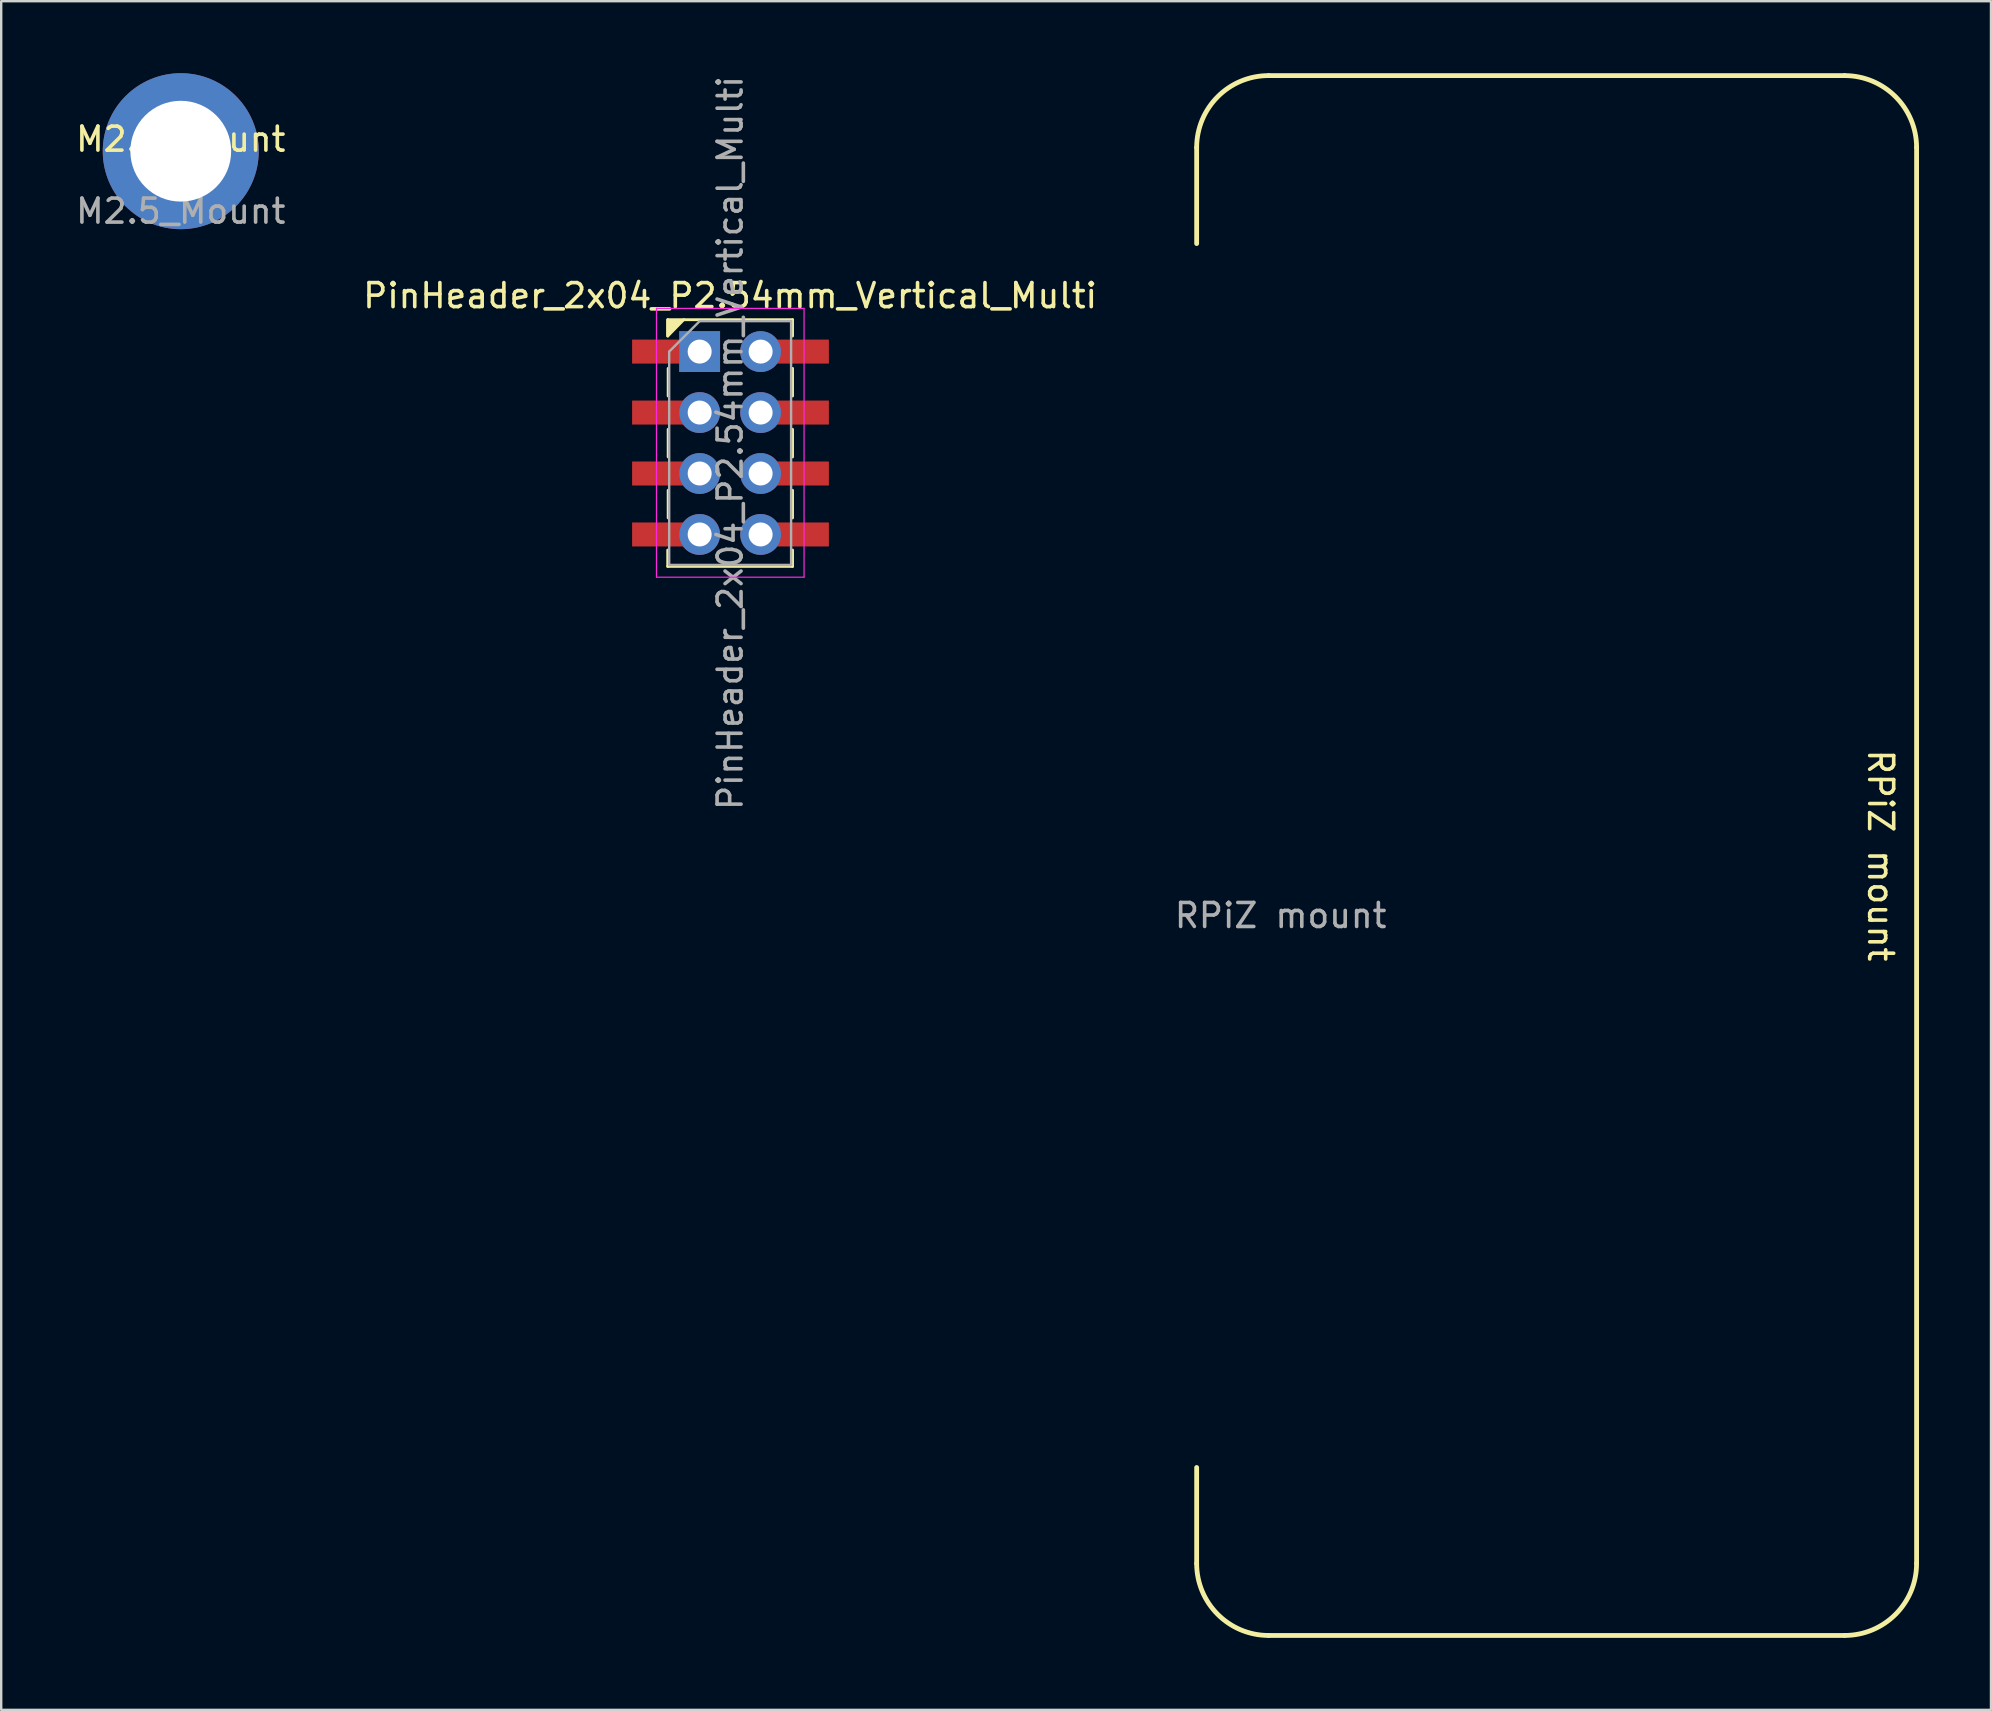
<source format=kicad_pcb>
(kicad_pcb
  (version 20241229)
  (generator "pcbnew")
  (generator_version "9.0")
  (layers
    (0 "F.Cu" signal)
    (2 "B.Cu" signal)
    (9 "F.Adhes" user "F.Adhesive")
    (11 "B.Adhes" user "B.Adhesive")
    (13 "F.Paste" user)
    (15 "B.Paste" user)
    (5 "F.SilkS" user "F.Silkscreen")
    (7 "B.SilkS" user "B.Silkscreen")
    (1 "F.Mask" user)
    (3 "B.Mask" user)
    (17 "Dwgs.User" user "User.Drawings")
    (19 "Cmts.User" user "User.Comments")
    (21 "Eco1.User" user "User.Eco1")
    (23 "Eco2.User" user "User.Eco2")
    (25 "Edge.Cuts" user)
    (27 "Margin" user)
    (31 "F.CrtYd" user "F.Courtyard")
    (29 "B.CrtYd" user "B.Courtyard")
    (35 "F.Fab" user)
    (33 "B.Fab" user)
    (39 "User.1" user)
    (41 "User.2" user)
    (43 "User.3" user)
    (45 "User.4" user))
  (footprint "M2.5_Mount"
    (layer "F.Cu")
    (at 4.482 3.25)
    (property "Reference" "M2.5_Mount" (at 0 -0.5 0) (unlocked yes) (layer "F.SilkS") (effects (font (size 1 1) (thickness 0.15))))
    (attr through_hole)
    (fp_text user "${REFERENCE}" (at 0 2.5 0) (unlocked yes) (layer "F.Fab") (effects (font (size 1 1) (thickness 0.15))))
    (pad "1" thru_hole circle (at 0 0) (size 6.5 6.5) (drill 4.2) (layers "*.Cu" "*.Mask") (remove_unused_layers yes) (keep_end_layers yes) (zone_layer_connections)))
  (footprint "PinHeader_2x04_P2.54mm_Vertical_Multi"
    (layer "F.Cu")
    (at 26.105 11.601)
    (property "Reference" "PinHeader_2x04_P2.54mm_Vertical_Multi" (at 1.27 -2.33 0) (layer "F.SilkS") (effects (font (size 1 1) (thickness 0.15))))
    (attr through_hole)
    (fp_line (start -1.33 -0.65) (end -1.33 -1.33) (stroke (width 0.12) (type solid)) (layer "F.SilkS"))
    (fp_line (start -1.33 8.27) (end -1.33 8.95) (stroke (width 0.12) (type solid)) (layer "F.SilkS"))
    (fp_line (start -1.33 8.95) (end 3.87 8.95) (stroke (width 0.12) (type solid)) (layer "F.SilkS"))
    (fp_line (start -1.312 0.7) (end -1.312 1.85) (stroke (width 0.12) (type solid)) (layer "F.SilkS"))
    (fp_line (start -1.312 3.24) (end -1.312 4.39) (stroke (width 0.12) (type solid)) (layer "F.SilkS"))
    (fp_line (start -1.312 5.78) (end -1.312 6.93) (stroke (width 0.12) (type solid)) (layer "F.SilkS"))
    (fp_line (start -0.665 -1.33) (end 3.87 -1.33) (stroke (width 0.12) (type solid)) (layer "F.SilkS"))
    (fp_line (start 3.87 -1.33) (end 3.87 -0.65) (stroke (width 0.12) (type solid)) (layer "F.SilkS"))
    (fp_line (start 3.87 0.7) (end 3.87 1.85) (stroke (width 0.12) (type solid)) (layer "F.SilkS"))
    (fp_line (start 3.87 3.24) (end 3.87 4.39) (stroke (width 0.12) (type solid)) (layer "F.SilkS"))
    (fp_line (start 3.87 5.78) (end 3.87 6.93) (stroke (width 0.12) (type solid)) (layer "F.SilkS"))
    (fp_line (start 3.87 8.27) (end 3.87 8.95) (stroke (width 0.12) (type solid)) (layer "F.SilkS"))
    (fp_poly (pts (xy -1.33 -0.65) (xy -0.665 -1.33) (xy -1.33 -1.33)) (stroke (width 0.12) (type solid)) (fill yes) (layer "F.SilkS"))
    (fp_line (start -1.8 -1.8) (end -1.8 9.4) (stroke (width 0.05) (type solid)) (layer "F.CrtYd"))
    (fp_line (start -1.8 9.4) (end 4.35 9.4) (stroke (width 0.05) (type solid)) (layer "F.CrtYd"))
    (fp_line (start 4.35 -1.8) (end -1.8 -1.8) (stroke (width 0.05) (type solid)) (layer "F.CrtYd"))
    (fp_line (start 4.35 9.4) (end 4.35 -1.8) (stroke (width 0.05) (type solid)) (layer "F.CrtYd"))
    (fp_line (start -1.27 0) (end 0 -1.27) (stroke (width 0.1) (type solid)) (layer "F.Fab"))
    (fp_line (start -1.27 8.89) (end -1.27 0) (stroke (width 0.1) (type solid)) (layer "F.Fab"))
    (fp_line (start 0 -1.27) (end 3.81 -1.27) (stroke (width 0.1) (type solid)) (layer "F.Fab"))
    (fp_line (start 3.81 -1.27) (end 3.81 8.89) (stroke (width 0.1) (type solid)) (layer "F.Fab"))
    (fp_line (start 3.81 8.89) (end -1.27 8.89) (stroke (width 0.1) (type solid)) (layer "F.Fab"))
    (fp_text user "${REFERENCE}" (at 1.27 3.81 90) (layer "F.Fab") (effects (font (size 1 1) (thickness 0.15))))
    (pad "1" smd rect (at -1.24 0) (size 3.15 1) (layers "F.Cu" "F.Mask" "F.Paste"))
    (pad "1" thru_hole rect (at 0 0) (size 1.7 1.7) (drill 1) (layers "*.Cu" "*.Mask"))
    (pad "2" thru_hole oval (at 2.54 0) (size 1.7 1.7) (drill 1) (layers "*.Cu" "*.Mask"))
    (pad "2" smd rect (at 3.81 0) (size 3.15 1) (layers "F.Cu" "F.Mask" "F.Paste"))
    (pad "3" smd rect (at -1.24 2.54) (size 3.15 1) (layers "F.Cu" "F.Mask" "F.Paste"))
    (pad "3" thru_hole oval (at 0 2.54) (size 1.7 1.7) (drill 1) (layers "*.Cu" "*.Mask"))
    (pad "4" thru_hole oval (at 2.54 2.54) (size 1.7 1.7) (drill 1) (layers "*.Cu" "*.Mask"))
    (pad "4" smd rect (at 3.81 2.54) (size 3.15 1) (layers "F.Cu" "F.Mask" "F.Paste"))
    (pad "5" smd rect (at -1.24 5.08) (size 3.15 1) (layers "F.Cu" "F.Mask" "F.Paste"))
    (pad "5" thru_hole oval (at 0 5.08) (size 1.7 1.7) (drill 1) (layers "*.Cu" "*.Mask"))
    (pad "6" thru_hole oval (at 2.54 5.08) (size 1.7 1.7) (drill 1) (layers "*.Cu" "*.Mask"))
    (pad "6" smd rect (at 3.81 5.08) (size 3.15 1) (layers "F.Cu" "F.Mask" "F.Paste"))
    (pad "7" smd rect (at -1.24 7.62) (size 3.15 1) (layers "F.Cu" "F.Mask" "F.Paste"))
    (pad "7" thru_hole oval (at 0 7.62) (size 1.7 1.7) (drill 1) (layers "*.Cu" "*.Mask"))
    (pad "8" thru_hole oval (at 2.54 7.62) (size 1.7 1.7) (drill 1) (layers "*.Cu" "*.Mask"))
    (pad "8" smd rect (at 3.81 7.62) (size 3.15 1) (layers "F.Cu" "F.Mask" "F.Paste")))
  (footprint "RPiZ mount"
    (layer "F.Cu")
    (at 50.315 32.6)
    (property "Reference" "RPiZ mount" (at 25 0 270) (unlocked yes) (layer "F.SilkS") (effects (font (size 1 1) (thickness 0.15))))
    (attr exclude_from_pos_files exclude_from_bom allow_missing_courtyard)
    (fp_line (start -3.5 -25.5) (end -3.5 -29.5) (stroke (width 0.2) (type solid)) (layer "F.SilkS"))
    (fp_line (start -3.5 29.5) (end -3.5 25.5) (stroke (width 0.2) (type solid)) (layer "F.SilkS"))
    (fp_line (start -0.5 -32.5) (end 23.5 -32.5) (stroke (width 0.2) (type solid)) (layer "F.SilkS"))
    (fp_line (start 23.5 32.5) (end -0.5 32.5) (stroke (width 0.2) (type solid)) (layer "F.SilkS"))
    (fp_line (start 26.5 -29.5) (end 26.5 29.5) (stroke (width 0.2) (type solid)) (layer "F.SilkS"))
    (fp_arc (start -3.5 -29.5) (mid -2.62132 -31.62132) (end -0.5 -32.5) (stroke (width 0.2) (type solid)) (layer "F.SilkS"))
    (fp_arc (start -0.5 32.5) (mid -2.62132 31.62132) (end -3.5 29.5) (stroke (width 0.2) (type solid)) (layer "F.SilkS"))
    (fp_arc (start 23.5 -32.5) (mid 25.62132 -31.62132) (end 26.5 -29.5) (stroke (width 0.2) (type solid)) (layer "F.SilkS"))
    (fp_arc (start 26.5 29.5) (mid 25.62132 31.62132) (end 23.5 32.5) (stroke (width 0.2) (type solid)) (layer "F.SilkS"))
    (fp_text user "${REFERENCE}" (at 0 2.5 0) (unlocked yes) (layer "F.Fab") (effects (font (size 1 1) (thickness 0.15)))))
  (gr_rect
    (start -3 -3)
    (end 79.915 68.2)
    (stroke (width 0.1) (type default))
    (fill no)
    (layer "Edge.Cuts")))
</source>
